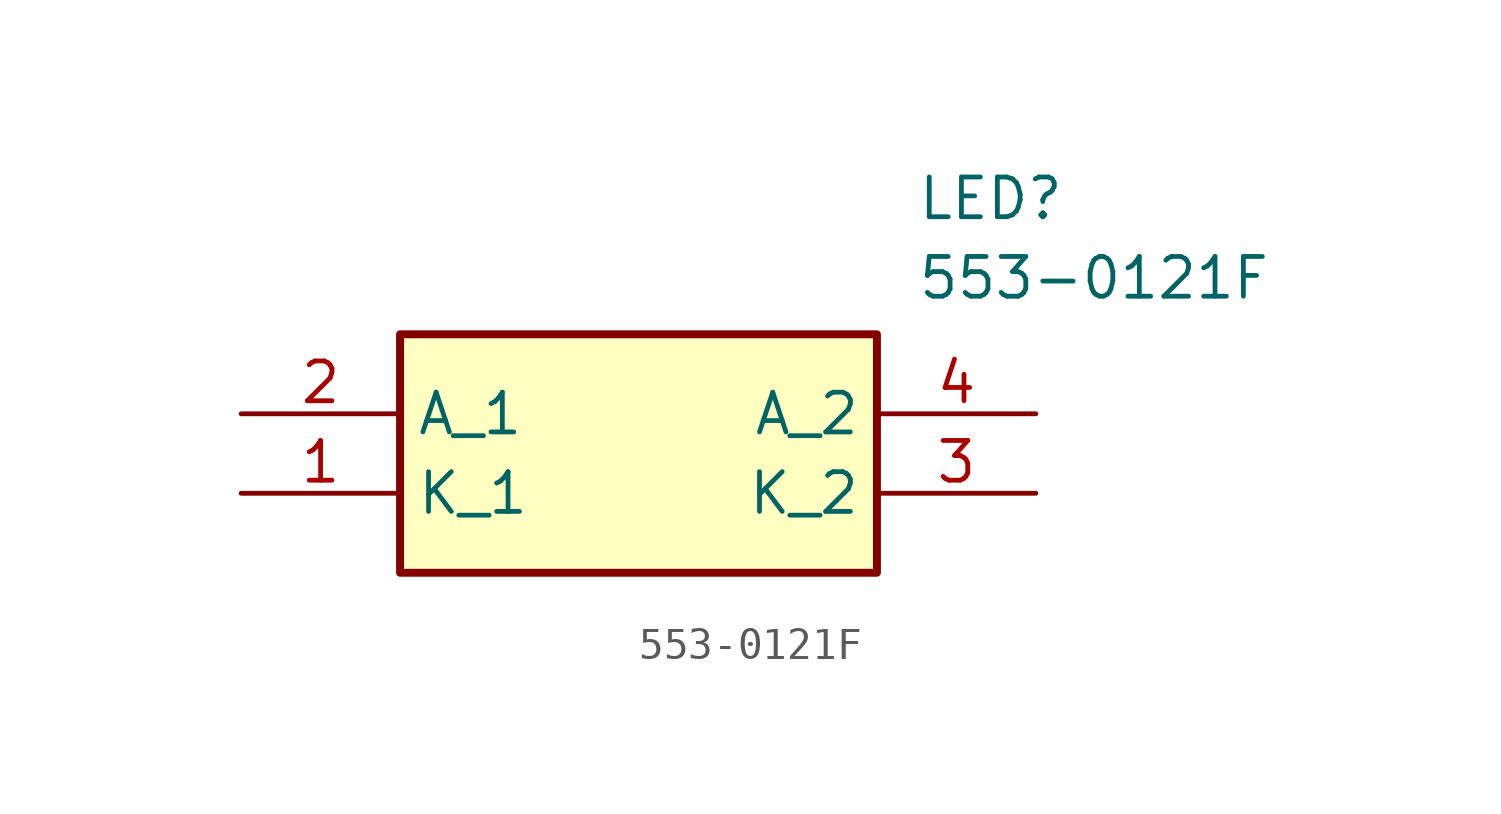
<source format=kicad_sym>
(kicad_symbol_lib
  (version 20211014)
  (generator SamacSys_ECAD_Model)
  (symbol "553-0121F"
    (property "Reference" "LED"
      (at 21.59 7.62 0)
      (effects (font (size 1.27 1.27)) (justify left top)))
    (property "Value" "553-0121F"
      (at 21.59 5.08 0)
      (effects (font (size 1.27 1.27)) (justify left top)))
    (rectangle
      (start 5.08 2.54)
      (end 20.32 -5.08)
      (stroke (width 0.254) (type default))
      (fill (type background)))
    (pin passive line
      (at 0 -2.54 0)
      (length 5.08)
      (name "K_1" (effects (font (size 1.27 1.27))))
      (number "1" (effects (font (size 1.27 1.27)))))
    (pin passive line
      (at 0 0 0)
      (length 5.08)
      (name "A_1" (effects (font (size 1.27 1.27))))
      (number "2" (effects (font (size 1.27 1.27)))))
    (pin passive line
      (at 25.4 -2.54 180)
      (length 5.08)
      (name "K_2" (effects (font (size 1.27 1.27))))
      (number "3" (effects (font (size 1.27 1.27)))))
    (pin passive line
      (at 25.4 0 180)
      (length 5.08)
      (name "A_2" (effects (font (size 1.27 1.27))))
      (number "4" (effects (font (size 1.27 1.27)))))))
</source>
